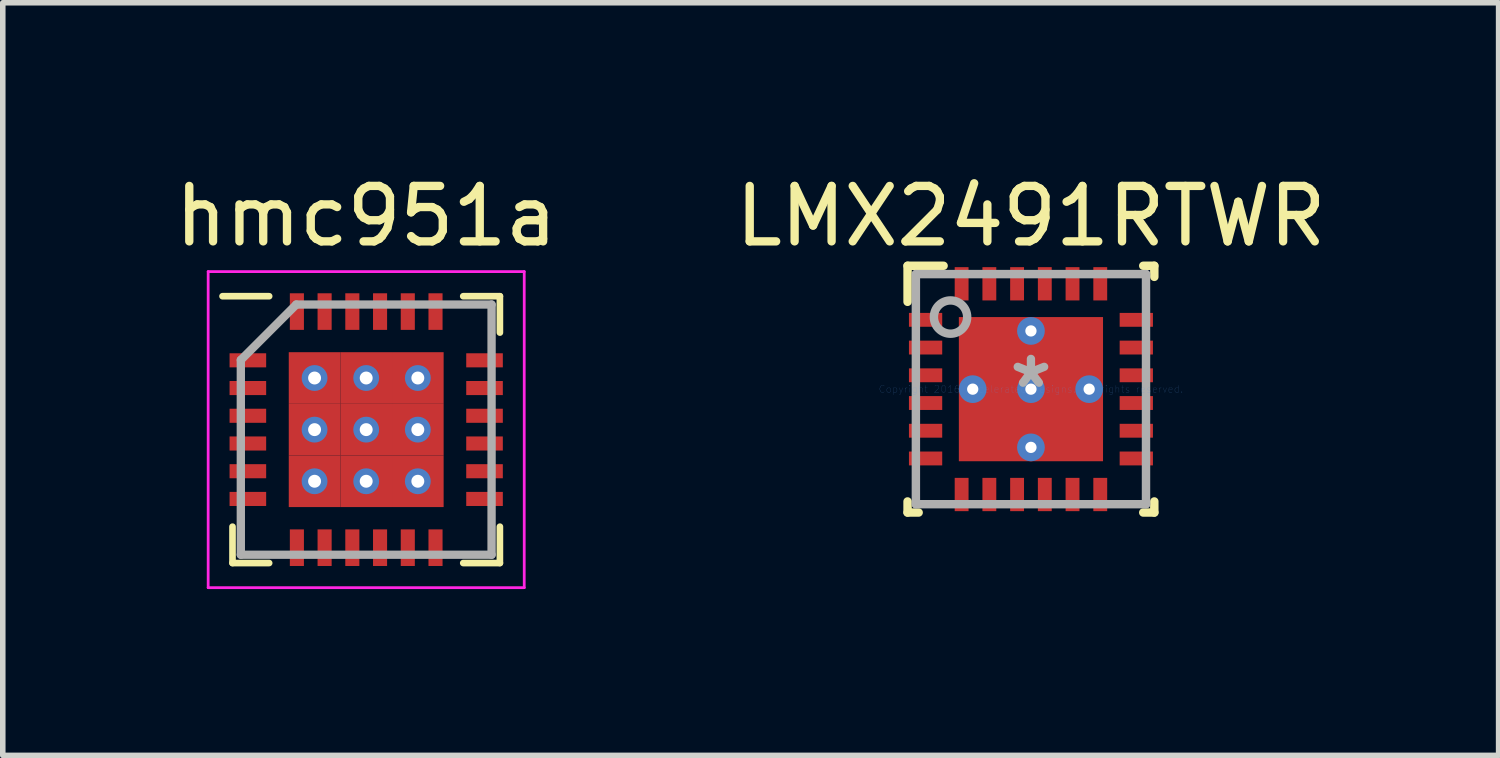
<source format=kicad_pcb>
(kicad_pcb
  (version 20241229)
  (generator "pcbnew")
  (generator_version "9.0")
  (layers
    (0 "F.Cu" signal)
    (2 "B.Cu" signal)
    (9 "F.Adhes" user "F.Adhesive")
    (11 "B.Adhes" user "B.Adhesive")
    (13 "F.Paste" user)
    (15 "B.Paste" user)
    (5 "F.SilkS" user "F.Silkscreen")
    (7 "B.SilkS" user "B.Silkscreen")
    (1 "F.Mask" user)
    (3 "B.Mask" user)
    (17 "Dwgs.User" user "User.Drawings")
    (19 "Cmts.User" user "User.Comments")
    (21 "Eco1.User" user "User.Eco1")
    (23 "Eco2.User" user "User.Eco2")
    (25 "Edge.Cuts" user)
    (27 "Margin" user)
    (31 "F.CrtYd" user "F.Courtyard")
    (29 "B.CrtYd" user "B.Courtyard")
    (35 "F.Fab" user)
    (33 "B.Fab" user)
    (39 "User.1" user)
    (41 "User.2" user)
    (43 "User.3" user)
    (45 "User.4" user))
  (footprint "LMX2491RTWR"
    (layer "F.Cu")
    (at 15.542 3.968)
    (property "Reference" "LMX2491RTWR" (at 0 -3.12 0) (layer "F.SilkS") (effects (font (size 1 1) (thickness 0.15))))
    (attr through_hole)
    (fp_line (start -2.225 -2.225) (end -1.575 -2.225) (stroke (width 0.152) (type solid)) (layer "F.SilkS"))
    (fp_line (start -2.225 -1.575) (end -2.225 -2.225) (stroke (width 0.152) (type solid)) (layer "F.SilkS"))
    (fp_line (start -2.225 2.225) (end -2.225 2.025) (stroke (width 0.152) (type solid)) (layer "F.SilkS"))
    (fp_line (start -2.225 2.225) (end -2.025 2.225) (stroke (width 0.152) (type solid)) (layer "F.SilkS"))
    (fp_line (start 2.025 -2.225) (end 2.225 -2.225) (stroke (width 0.152) (type solid)) (layer "F.SilkS"))
    (fp_line (start 2.025 2.225) (end 2.225 2.225) (stroke (width 0.152) (type solid)) (layer "F.SilkS"))
    (fp_line (start 2.225 -2.025) (end 2.225 -2.225) (stroke (width 0.152) (type solid)) (layer "F.SilkS"))
    (fp_line (start 2.225 2.225) (end 2.225 2.025) (stroke (width 0.152) (type solid)) (layer "F.SilkS"))
    (fp_line (start -1.248 -1.248) (end -1.248 -0.1) (stroke (width 0.152) (type solid)) (layer "F.Paste"))
    (fp_line (start -1.248 -0.1) (end -0.1 -0.1) (stroke (width 0.152) (type solid)) (layer "F.Paste"))
    (fp_line (start -1.248 0.1) (end -1.248 1.248) (stroke (width 0.152) (type solid)) (layer "F.Paste"))
    (fp_line (start -1.248 1.248) (end -0.1 1.248) (stroke (width 0.152) (type solid)) (layer "F.Paste"))
    (fp_line (start -0.1 -1.248) (end -1.248 -1.248) (stroke (width 0.152) (type solid)) (layer "F.Paste"))
    (fp_line (start -0.1 -0.1) (end -0.1 -1.248) (stroke (width 0.152) (type solid)) (layer "F.Paste"))
    (fp_line (start -0.1 0.1) (end -1.248 0.1) (stroke (width 0.152) (type solid)) (layer "F.Paste"))
    (fp_line (start -0.1 1.248) (end -0.1 0.1) (stroke (width 0.152) (type solid)) (layer "F.Paste"))
    (fp_line (start 0.1 -1.248) (end 0.1 -0.1) (stroke (width 0.152) (type solid)) (layer "F.Paste"))
    (fp_line (start 0.1 -0.1) (end 1.248 -0.1) (stroke (width 0.152) (type solid)) (layer "F.Paste"))
    (fp_line (start 0.1 0.1) (end 0.1 1.248) (stroke (width 0.152) (type solid)) (layer "F.Paste"))
    (fp_line (start 0.1 1.248) (end 1.248 1.248) (stroke (width 0.152) (type solid)) (layer "F.Paste"))
    (fp_line (start 1.248 -1.248) (end 0.1 -1.248) (stroke (width 0.152) (type solid)) (layer "F.Paste"))
    (fp_line (start 1.248 -0.1) (end 1.248 -1.248) (stroke (width 0.152) (type solid)) (layer "F.Paste"))
    (fp_line (start 1.248 0.1) (end 0.1 0.1) (stroke (width 0.152) (type solid)) (layer "F.Paste"))
    (fp_line (start 1.248 1.248) (end 1.248 0.1) (stroke (width 0.152) (type solid)) (layer "F.Paste"))
    (fp_line (start -2.075 -2.075) (end 2.075 -2.075) (stroke (width 0.152) (type solid)) (layer "F.Fab"))
    (fp_line (start -2.075 2.075) (end -2.075 -2.075) (stroke (width 0.152) (type solid)) (layer "F.Fab"))
    (fp_line (start -2.075 2.075) (end 2.075 2.075) (stroke (width 0.152) (type solid)) (layer "F.Fab"))
    (fp_line (start 2.075 2.075) (end 2.075 -2.075) (stroke (width 0.152) (type solid)) (layer "F.Fab"))
    (fp_circle (center -1.45 -1.3) (end -1.15 -1.3) (stroke (width 0.152) (type solid)) (fill no) (layer "F.Fab"))
    (fp_text user "Copyright 2016 Accelerated Designs. All rights reserved." (at 0 0 0) (layer "Cmts.User") (effects (font (size 0.127 0.127) (thickness 0.002))))
    (fp_text user "*" (at 0 0 0) (layer "F.Fab") (effects (font (size 1 1) (thickness 0.15))))
    (pad "1" smd rect (at -1.9 -1.25 90) (size 0.25 0.6) (layers "F.Cu" "F.Mask" "F.Paste"))
    (pad "2" smd rect (at -1.9 -0.75 90) (size 0.25 0.6) (layers "F.Cu" "F.Mask" "F.Paste"))
    (pad "3" smd rect (at -1.9 -0.25 90) (size 0.25 0.6) (layers "F.Cu" "F.Mask" "F.Paste"))
    (pad "4" smd rect (at -1.9 0.25 90) (size 0.25 0.6) (layers "F.Cu" "F.Mask" "F.Paste"))
    (pad "5" smd rect (at -1.9 0.75 90) (size 0.25 0.6) (layers "F.Cu" "F.Mask" "F.Paste"))
    (pad "6" smd rect (at -1.9 1.25 90) (size 0.25 0.6) (layers "F.Cu" "F.Mask" "F.Paste"))
    (pad "7" smd rect (at -1.25 1.9) (size 0.25 0.6) (layers "F.Cu" "F.Mask" "F.Paste"))
    (pad "8" smd rect (at -0.75 1.9) (size 0.25 0.6) (layers "F.Cu" "F.Mask" "F.Paste"))
    (pad "9" smd rect (at -0.25 1.9) (size 0.25 0.6) (layers "F.Cu" "F.Mask" "F.Paste"))
    (pad "10" smd rect (at 0.25 1.9) (size 0.25 0.6) (layers "F.Cu" "F.Mask" "F.Paste"))
    (pad "11" smd rect (at 0.75 1.9) (size 0.25 0.6) (layers "F.Cu" "F.Mask" "F.Paste"))
    (pad "12" smd rect (at 1.25 1.9) (size 0.25 0.6) (layers "F.Cu" "F.Mask" "F.Paste"))
    (pad "13" smd rect (at 1.9 1.25 90) (size 0.25 0.6) (layers "F.Cu" "F.Mask" "F.Paste"))
    (pad "14" smd rect (at 1.9 0.75 90) (size 0.25 0.6) (layers "F.Cu" "F.Mask" "F.Paste"))
    (pad "15" smd rect (at 1.9 0.25 90) (size 0.25 0.6) (layers "F.Cu" "F.Mask" "F.Paste"))
    (pad "16" smd rect (at 1.9 -0.25 90) (size 0.25 0.6) (layers "F.Cu" "F.Mask" "F.Paste"))
    (pad "17" smd rect (at 1.9 -0.75 90) (size 0.25 0.6) (layers "F.Cu" "F.Mask" "F.Paste"))
    (pad "18" smd rect (at 1.9 -1.25 90) (size 0.25 0.6) (layers "F.Cu" "F.Mask" "F.Paste"))
    (pad "19" smd rect (at 1.25 -1.9) (size 0.25 0.6) (layers "F.Cu" "F.Mask" "F.Paste"))
    (pad "20" smd rect (at 0.75 -1.9) (size 0.25 0.6) (layers "F.Cu" "F.Mask" "F.Paste"))
    (pad "21" smd rect (at 0.25 -1.9) (size 0.25 0.6) (layers "F.Cu" "F.Mask" "F.Paste"))
    (pad "22" smd rect (at -0.25 -1.9) (size 0.25 0.6) (layers "F.Cu" "F.Mask" "F.Paste"))
    (pad "23" smd rect (at -0.75 -1.9) (size 0.25 0.6) (layers "F.Cu" "F.Mask" "F.Paste"))
    (pad "24" smd rect (at -1.25 -1.9) (size 0.25 0.6) (layers "F.Cu" "F.Mask" "F.Paste"))
    (pad "25" smd rect (at 0 0) (size 2.6 2.6) (layers "F.Cu" "F.Mask" "F.Paste"))
    (pad "V" thru_hole circle (at -1.05 0) (size 0.5 0.5) (drill 0.203) (layers "*.Cu" "*.Mask"))
    (pad "V" thru_hole circle (at 0 -1.05) (size 0.5 0.5) (drill 0.203) (layers "*.Cu" "*.Mask"))
    (pad "V" thru_hole circle (at 0 0) (size 0.5 0.5) (drill 0.203) (layers "*.Cu" "*.Mask"))
    (pad "V" thru_hole circle (at 0 1.05) (size 0.5 0.5) (drill 0.203) (layers "*.Cu" "*.Mask"))
    (pad "V" thru_hole circle (at 1.05 0) (size 0.5 0.5) (drill 0.203) (layers "*.Cu" "*.Mask")))
  (footprint "hmc951a"
    (layer "F.Cu")
    (at 3.554 4.698)
    (property "Reference" "hmc951a" (at 0 -3.85 0) (layer "F.SilkS") (effects (font (size 1 1) (thickness 0.15))))
    (attr smd)
    (fp_line (start -2.411 2.406) (end -2.411 1.75) (stroke (width 0.12) (type solid)) (layer "F.SilkS"))
    (fp_line (start -1.75 -2.406) (end -2.591 -2.406) (stroke (width 0.12) (type solid)) (layer "F.SilkS"))
    (fp_line (start -1.75 2.406) (end -2.411 2.406) (stroke (width 0.12) (type solid)) (layer "F.SilkS"))
    (fp_line (start 1.75 -2.406) (end 2.411 -2.406) (stroke (width 0.12) (type solid)) (layer "F.SilkS"))
    (fp_line (start 1.75 2.406) (end 2.411 2.406) (stroke (width 0.12) (type solid)) (layer "F.SilkS"))
    (fp_line (start 2.411 -2.406) (end 2.411 -1.75) (stroke (width 0.12) (type solid)) (layer "F.SilkS"))
    (fp_line (start 2.411 2.406) (end 2.411 1.75) (stroke (width 0.12) (type solid)) (layer "F.SilkS"))
    (fp_line (start -2.85 -2.85) (end 2.85 -2.85) (stroke (width 0.05) (type solid)) (layer "F.CrtYd"))
    (fp_line (start -2.85 2.85) (end -2.85 -2.85) (stroke (width 0.05) (type solid)) (layer "F.CrtYd"))
    (fp_line (start 2.85 -2.85) (end 2.85 2.85) (stroke (width 0.05) (type solid)) (layer "F.CrtYd"))
    (fp_line (start 2.85 2.85) (end -2.85 2.85) (stroke (width 0.05) (type solid)) (layer "F.CrtYd"))
    (fp_line (start -2.261 -1.256) (end -2.261 2.256) (stroke (width 0.15) (type solid)) (layer "F.Fab"))
    (fp_line (start -2.261 2.256) (end 2.261 2.256) (stroke (width 0.15) (type solid)) (layer "F.Fab"))
    (fp_line (start -1.261 -2.256) (end -2.261 -1.256) (stroke (width 0.15) (type solid)) (layer "F.Fab"))
    (fp_line (start 2.261 -2.256) (end -1.261 -2.256) (stroke (width 0.15) (type solid)) (layer "F.Fab"))
    (fp_line (start 2.261 2.256) (end 2.261 -2.256) (stroke (width 0.15) (type solid)) (layer "F.Fab"))
    (pad "1" smd rect (at -2.134 -1.25 90) (size 0.254 0.66) (layers "F.Cu" "F.Mask" "F.Paste"))
    (pad "2" smd rect (at -2.134 -0.75 90) (size 0.254 0.66) (layers "F.Cu" "F.Mask" "F.Paste"))
    (pad "3" smd rect (at -2.134 -0.25 90) (size 0.254 0.66) (layers "F.Cu" "F.Mask" "F.Paste"))
    (pad "4" smd rect (at -2.134 0.25 90) (size 0.254 0.66) (layers "F.Cu" "F.Mask" "F.Paste"))
    (pad "5" smd rect (at -2.134 0.75 90) (size 0.254 0.66) (layers "F.Cu" "F.Mask" "F.Paste"))
    (pad "6" smd rect (at -2.134 1.25 90) (size 0.254 0.66) (layers "F.Cu" "F.Mask" "F.Paste"))
    (pad "7" smd rect (at -1.25 2.129) (size 0.254 0.66) (layers "F.Cu" "F.Mask" "F.Paste"))
    (pad "8" smd rect (at -0.75 2.129) (size 0.254 0.66) (layers "F.Cu" "F.Mask" "F.Paste"))
    (pad "9" smd rect (at -0.25 2.129) (size 0.254 0.66) (layers "F.Cu" "F.Mask" "F.Paste"))
    (pad "10" smd rect (at 0.25 2.129) (size 0.254 0.66) (layers "F.Cu" "F.Mask" "F.Paste"))
    (pad "11" smd rect (at 0.75 2.129) (size 0.254 0.66) (layers "F.Cu" "F.Mask" "F.Paste"))
    (pad "12" smd rect (at 1.25 2.129) (size 0.254 0.66) (layers "F.Cu" "F.Mask" "F.Paste"))
    (pad "13" smd rect (at 2.134 1.25 90) (size 0.254 0.66) (layers "F.Cu" "F.Mask" "F.Paste"))
    (pad "14" smd rect (at 2.134 0.75 90) (size 0.254 0.66) (layers "F.Cu" "F.Mask" "F.Paste"))
    (pad "15" smd rect (at 2.134 0.25 90) (size 0.254 0.66) (layers "F.Cu" "F.Mask" "F.Paste"))
    (pad "16" smd rect (at 2.134 -0.25 90) (size 0.254 0.66) (layers "F.Cu" "F.Mask" "F.Paste"))
    (pad "17" smd rect (at 2.134 -0.75 90) (size 0.254 0.66) (layers "F.Cu" "F.Mask" "F.Paste"))
    (pad "18" smd rect (at 2.134 -1.25 90) (size 0.254 0.66) (layers "F.Cu" "F.Mask" "F.Paste"))
    (pad "19" smd rect (at 1.25 -2.129) (size 0.254 0.66) (layers "F.Cu" "F.Mask" "F.Paste"))
    (pad "20" smd rect (at 0.75 -2.129) (size 0.254 0.66) (layers "F.Cu" "F.Mask" "F.Paste"))
    (pad "21" smd rect (at 0.25 -2.129) (size 0.254 0.66) (layers "F.Cu" "F.Mask" "F.Paste"))
    (pad "22" smd rect (at -0.25 -2.129) (size 0.254 0.66) (layers "F.Cu" "F.Mask" "F.Paste"))
    (pad "23" smd rect (at -0.75 -2.129) (size 0.254 0.66) (layers "F.Cu" "F.Mask" "F.Paste"))
    (pad "24" smd rect (at -1.25 -2.129) (size 0.254 0.66) (layers "F.Cu" "F.Mask" "F.Paste"))
    (pad "25" thru_hole circle (at -0.931 -0.931) (size 0.466 0.466) (drill 0.233) (layers "*.Cu" "*.Mask"))
    (pad "25" smd rect (at -0.931 -0.931) (size 0.931 0.931) (layers "F.Cu" "F.Mask" "F.Paste"))
    (pad "25" thru_hole circle (at -0.931 0) (size 0.466 0.466) (drill 0.233) (layers "*.Cu" "*.Mask"))
    (pad "25" smd rect (at -0.931 0) (size 0.931 0.931) (layers "F.Cu" "F.Mask" "F.Paste"))
    (pad "25" thru_hole circle (at -0.931 0.931) (size 0.466 0.466) (drill 0.233) (layers "*.Cu" "*.Mask"))
    (pad "25" smd rect (at -0.931 0.931) (size 0.931 0.931) (layers "F.Cu" "F.Mask" "F.Paste"))
    (pad "25" thru_hole circle (at 0 -0.931) (size 0.466 0.466) (drill 0.233) (layers "*.Cu" "*.Mask"))
    (pad "25" smd rect (at 0 -0.931) (size 0.931 0.931) (layers "F.Cu" "F.Mask" "F.Paste"))
    (pad "25" thru_hole circle (at 0 0) (size 0.466 0.466) (drill 0.233) (layers "*.Cu" "*.Mask"))
    (pad "25" smd rect (at 0 0) (size 0.931 0.931) (layers "F.Cu" "F.Mask" "F.Paste"))
    (pad "25" thru_hole circle (at 0 0.931) (size 0.466 0.466) (drill 0.233) (layers "*.Cu" "*.Mask"))
    (pad "25" smd rect (at 0 0.931) (size 0.931 0.931) (layers "F.Cu" "F.Mask" "F.Paste"))
    (pad "25" thru_hole circle (at 0.931 -0.931) (size 0.466 0.466) (drill 0.233) (layers "*.Cu" "*.Mask"))
    (pad "25" smd rect (at 0.931 -0.931) (size 0.931 0.931) (layers "F.Cu" "F.Mask" "F.Paste"))
    (pad "25" thru_hole circle (at 0.931 0) (size 0.466 0.466) (drill 0.233) (layers "*.Cu" "*.Mask"))
    (pad "25" smd rect (at 0.931 0) (size 0.931 0.931) (layers "F.Cu" "F.Mask" "F.Paste"))
    (pad "25" thru_hole circle (at 0.931 0.931) (size 0.466 0.466) (drill 0.233) (layers "*.Cu" "*.Mask"))
    (pad "25" smd rect (at 0.931 0.931) (size 0.931 0.931) (layers "F.Cu" "F.Mask" "F.Paste")))
  (gr_rect
    (start -3 -3)
    (end 23.976 10.573)
    (stroke (width 0.1) (type default))
    (fill no)
    (layer "Edge.Cuts")))
</source>
